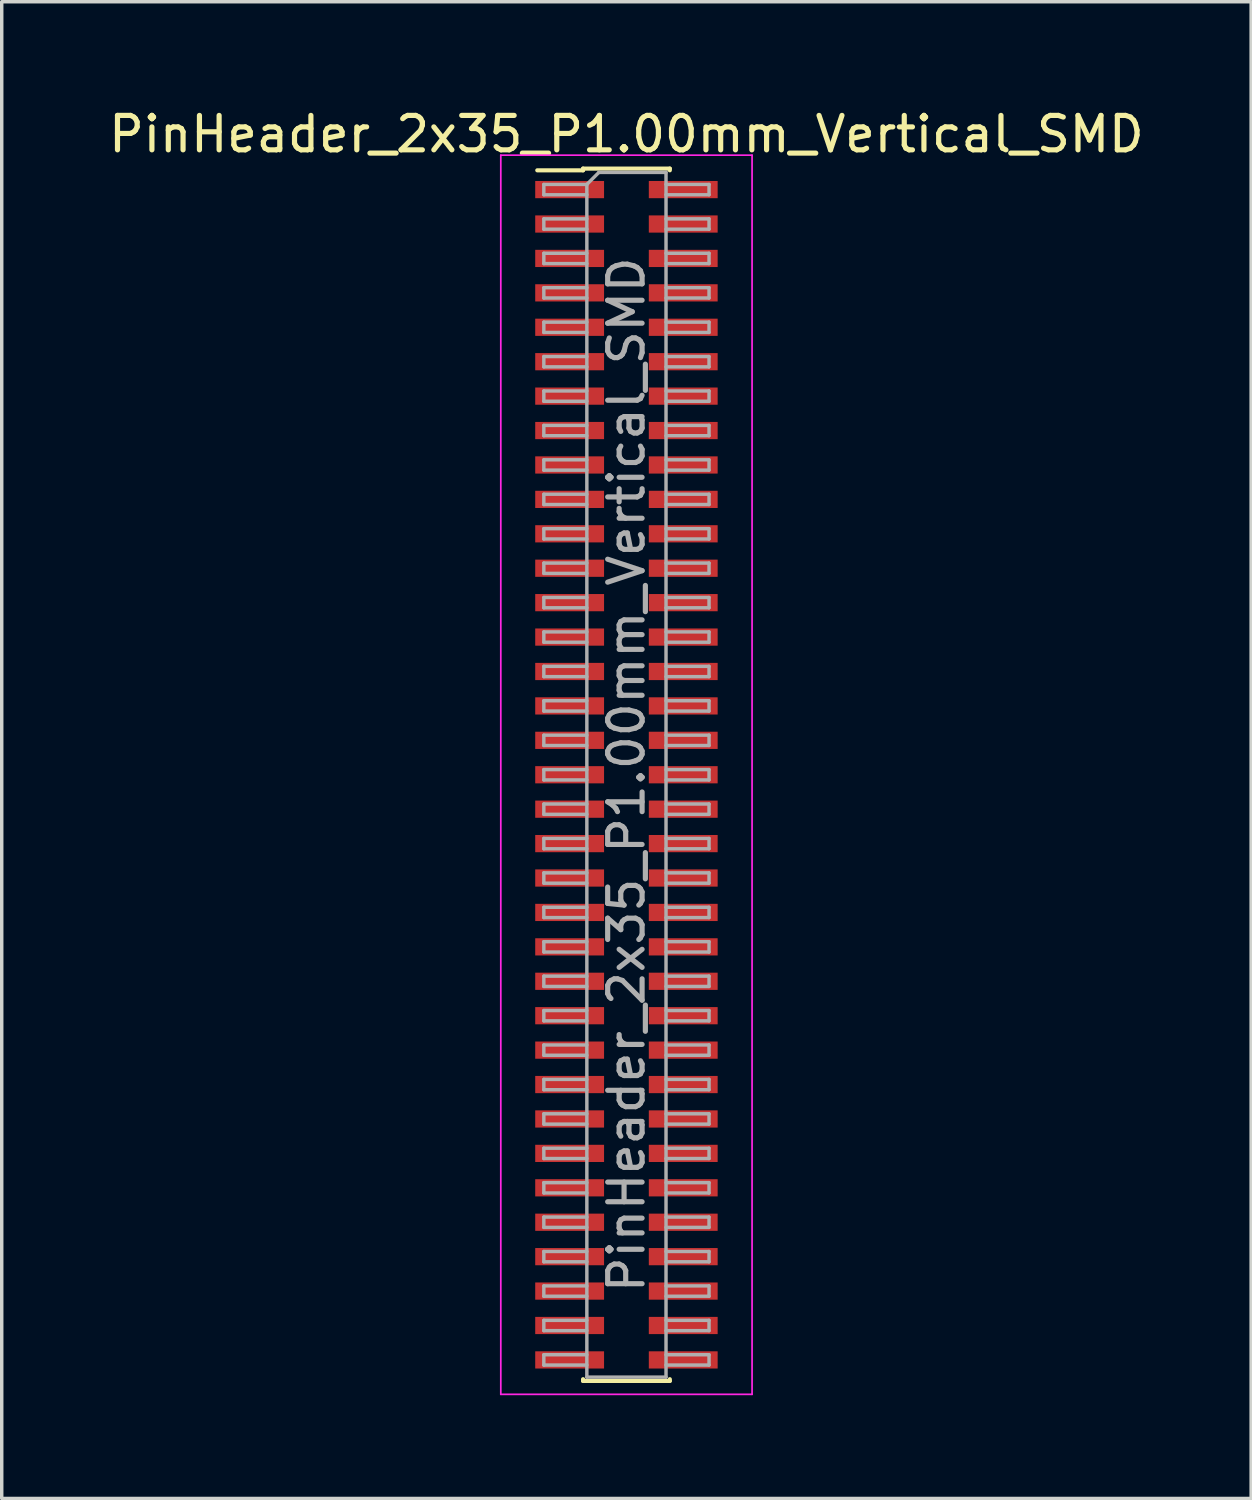
<source format=kicad_pcb>
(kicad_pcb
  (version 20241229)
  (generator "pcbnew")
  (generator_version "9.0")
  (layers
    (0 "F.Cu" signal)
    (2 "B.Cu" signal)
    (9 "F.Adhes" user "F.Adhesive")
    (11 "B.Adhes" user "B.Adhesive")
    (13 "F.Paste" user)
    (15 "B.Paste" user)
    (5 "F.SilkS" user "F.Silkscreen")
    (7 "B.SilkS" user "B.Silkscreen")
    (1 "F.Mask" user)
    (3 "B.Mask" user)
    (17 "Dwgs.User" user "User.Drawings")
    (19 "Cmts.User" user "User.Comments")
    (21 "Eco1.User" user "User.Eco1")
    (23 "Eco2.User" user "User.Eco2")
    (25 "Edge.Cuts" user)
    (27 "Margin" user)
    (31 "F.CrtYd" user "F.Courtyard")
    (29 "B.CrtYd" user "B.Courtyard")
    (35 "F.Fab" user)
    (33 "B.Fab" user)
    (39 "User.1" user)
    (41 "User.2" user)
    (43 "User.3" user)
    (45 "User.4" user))
  (footprint "PinHeader_2x35_P1.00mm_Vertical_SMD"
    (layer "F.Cu")
    (at 15.149 19.458)
    (property "Reference" "PinHeader_2x35_P1.00mm_Vertical_SMD" (at 0 -18.61 0) (layer "F.SilkS") (effects (font (size 1 1) (thickness 0.15))))
    (attr smd)
    (fp_line (start -2.59 -17.56) (end -1.26 -17.56) (stroke (width 0.12) (type solid)) (layer "F.SilkS"))
    (fp_line (start -1.26 -17.61) (end -1.26 -17.56) (stroke (width 0.12) (type solid)) (layer "F.SilkS"))
    (fp_line (start -1.26 -17.61) (end 1.26 -17.61) (stroke (width 0.12) (type solid)) (layer "F.SilkS"))
    (fp_line (start -1.26 17.56) (end -1.26 17.61) (stroke (width 0.12) (type solid)) (layer "F.SilkS"))
    (fp_line (start -1.26 17.61) (end 1.26 17.61) (stroke (width 0.12) (type solid)) (layer "F.SilkS"))
    (fp_line (start 1.26 -17.61) (end 1.26 -17.56) (stroke (width 0.12) (type solid)) (layer "F.SilkS"))
    (fp_line (start 1.26 17.56) (end 1.26 17.61) (stroke (width 0.12) (type solid)) (layer "F.SilkS"))
    (fp_line (start -3.65 -18) (end -3.65 18) (stroke (width 0.05) (type solid)) (layer "F.CrtYd"))
    (fp_line (start -3.65 18) (end 3.65 18) (stroke (width 0.05) (type solid)) (layer "F.CrtYd"))
    (fp_line (start 3.65 -18) (end -3.65 -18) (stroke (width 0.05) (type solid)) (layer "F.CrtYd"))
    (fp_line (start 3.65 18) (end 3.65 -18) (stroke (width 0.05) (type solid)) (layer "F.CrtYd"))
    (fp_line (start -2.4 -17.15) (end -2.4 -16.85) (stroke (width 0.1) (type solid)) (layer "F.Fab"))
    (fp_line (start -2.4 -16.85) (end -1.15 -16.85) (stroke (width 0.1) (type solid)) (layer "F.Fab"))
    (fp_line (start -2.4 -16.15) (end -2.4 -15.85) (stroke (width 0.1) (type solid)) (layer "F.Fab"))
    (fp_line (start -2.4 -15.85) (end -1.15 -15.85) (stroke (width 0.1) (type solid)) (layer "F.Fab"))
    (fp_line (start -2.4 -15.15) (end -2.4 -14.85) (stroke (width 0.1) (type solid)) (layer "F.Fab"))
    (fp_line (start -2.4 -14.85) (end -1.15 -14.85) (stroke (width 0.1) (type solid)) (layer "F.Fab"))
    (fp_line (start -2.4 -14.15) (end -2.4 -13.85) (stroke (width 0.1) (type solid)) (layer "F.Fab"))
    (fp_line (start -2.4 -13.85) (end -1.15 -13.85) (stroke (width 0.1) (type solid)) (layer "F.Fab"))
    (fp_line (start -2.4 -13.15) (end -2.4 -12.85) (stroke (width 0.1) (type solid)) (layer "F.Fab"))
    (fp_line (start -2.4 -12.85) (end -1.15 -12.85) (stroke (width 0.1) (type solid)) (layer "F.Fab"))
    (fp_line (start -2.4 -12.15) (end -2.4 -11.85) (stroke (width 0.1) (type solid)) (layer "F.Fab"))
    (fp_line (start -2.4 -11.85) (end -1.15 -11.85) (stroke (width 0.1) (type solid)) (layer "F.Fab"))
    (fp_line (start -2.4 -11.15) (end -2.4 -10.85) (stroke (width 0.1) (type solid)) (layer "F.Fab"))
    (fp_line (start -2.4 -10.85) (end -1.15 -10.85) (stroke (width 0.1) (type solid)) (layer "F.Fab"))
    (fp_line (start -2.4 -10.15) (end -2.4 -9.85) (stroke (width 0.1) (type solid)) (layer "F.Fab"))
    (fp_line (start -2.4 -9.85) (end -1.15 -9.85) (stroke (width 0.1) (type solid)) (layer "F.Fab"))
    (fp_line (start -2.4 -9.15) (end -2.4 -8.85) (stroke (width 0.1) (type solid)) (layer "F.Fab"))
    (fp_line (start -2.4 -8.85) (end -1.15 -8.85) (stroke (width 0.1) (type solid)) (layer "F.Fab"))
    (fp_line (start -2.4 -8.15) (end -2.4 -7.85) (stroke (width 0.1) (type solid)) (layer "F.Fab"))
    (fp_line (start -2.4 -7.85) (end -1.15 -7.85) (stroke (width 0.1) (type solid)) (layer "F.Fab"))
    (fp_line (start -2.4 -7.15) (end -2.4 -6.85) (stroke (width 0.1) (type solid)) (layer "F.Fab"))
    (fp_line (start -2.4 -6.85) (end -1.15 -6.85) (stroke (width 0.1) (type solid)) (layer "F.Fab"))
    (fp_line (start -2.4 -6.15) (end -2.4 -5.85) (stroke (width 0.1) (type solid)) (layer "F.Fab"))
    (fp_line (start -2.4 -5.85) (end -1.15 -5.85) (stroke (width 0.1) (type solid)) (layer "F.Fab"))
    (fp_line (start -2.4 -5.15) (end -2.4 -4.85) (stroke (width 0.1) (type solid)) (layer "F.Fab"))
    (fp_line (start -2.4 -4.85) (end -1.15 -4.85) (stroke (width 0.1) (type solid)) (layer "F.Fab"))
    (fp_line (start -2.4 -4.15) (end -2.4 -3.85) (stroke (width 0.1) (type solid)) (layer "F.Fab"))
    (fp_line (start -2.4 -3.85) (end -1.15 -3.85) (stroke (width 0.1) (type solid)) (layer "F.Fab"))
    (fp_line (start -2.4 -3.15) (end -2.4 -2.85) (stroke (width 0.1) (type solid)) (layer "F.Fab"))
    (fp_line (start -2.4 -2.85) (end -1.15 -2.85) (stroke (width 0.1) (type solid)) (layer "F.Fab"))
    (fp_line (start -2.4 -2.15) (end -2.4 -1.85) (stroke (width 0.1) (type solid)) (layer "F.Fab"))
    (fp_line (start -2.4 -1.85) (end -1.15 -1.85) (stroke (width 0.1) (type solid)) (layer "F.Fab"))
    (fp_line (start -2.4 -1.15) (end -2.4 -0.85) (stroke (width 0.1) (type solid)) (layer "F.Fab"))
    (fp_line (start -2.4 -0.85) (end -1.15 -0.85) (stroke (width 0.1) (type solid)) (layer "F.Fab"))
    (fp_line (start -2.4 -0.15) (end -2.4 0.15) (stroke (width 0.1) (type solid)) (layer "F.Fab"))
    (fp_line (start -2.4 0.15) (end -1.15 0.15) (stroke (width 0.1) (type solid)) (layer "F.Fab"))
    (fp_line (start -2.4 0.85) (end -2.4 1.15) (stroke (width 0.1) (type solid)) (layer "F.Fab"))
    (fp_line (start -2.4 1.15) (end -1.15 1.15) (stroke (width 0.1) (type solid)) (layer "F.Fab"))
    (fp_line (start -2.4 1.85) (end -2.4 2.15) (stroke (width 0.1) (type solid)) (layer "F.Fab"))
    (fp_line (start -2.4 2.15) (end -1.15 2.15) (stroke (width 0.1) (type solid)) (layer "F.Fab"))
    (fp_line (start -2.4 2.85) (end -2.4 3.15) (stroke (width 0.1) (type solid)) (layer "F.Fab"))
    (fp_line (start -2.4 3.15) (end -1.15 3.15) (stroke (width 0.1) (type solid)) (layer "F.Fab"))
    (fp_line (start -2.4 3.85) (end -2.4 4.15) (stroke (width 0.1) (type solid)) (layer "F.Fab"))
    (fp_line (start -2.4 4.15) (end -1.15 4.15) (stroke (width 0.1) (type solid)) (layer "F.Fab"))
    (fp_line (start -2.4 4.85) (end -2.4 5.15) (stroke (width 0.1) (type solid)) (layer "F.Fab"))
    (fp_line (start -2.4 5.15) (end -1.15 5.15) (stroke (width 0.1) (type solid)) (layer "F.Fab"))
    (fp_line (start -2.4 5.85) (end -2.4 6.15) (stroke (width 0.1) (type solid)) (layer "F.Fab"))
    (fp_line (start -2.4 6.15) (end -1.15 6.15) (stroke (width 0.1) (type solid)) (layer "F.Fab"))
    (fp_line (start -2.4 6.85) (end -2.4 7.15) (stroke (width 0.1) (type solid)) (layer "F.Fab"))
    (fp_line (start -2.4 7.15) (end -1.15 7.15) (stroke (width 0.1) (type solid)) (layer "F.Fab"))
    (fp_line (start -2.4 7.85) (end -2.4 8.15) (stroke (width 0.1) (type solid)) (layer "F.Fab"))
    (fp_line (start -2.4 8.15) (end -1.15 8.15) (stroke (width 0.1) (type solid)) (layer "F.Fab"))
    (fp_line (start -2.4 8.85) (end -2.4 9.15) (stroke (width 0.1) (type solid)) (layer "F.Fab"))
    (fp_line (start -2.4 9.15) (end -1.15 9.15) (stroke (width 0.1) (type solid)) (layer "F.Fab"))
    (fp_line (start -2.4 9.85) (end -2.4 10.15) (stroke (width 0.1) (type solid)) (layer "F.Fab"))
    (fp_line (start -2.4 10.15) (end -1.15 10.15) (stroke (width 0.1) (type solid)) (layer "F.Fab"))
    (fp_line (start -2.4 10.85) (end -2.4 11.15) (stroke (width 0.1) (type solid)) (layer "F.Fab"))
    (fp_line (start -2.4 11.15) (end -1.15 11.15) (stroke (width 0.1) (type solid)) (layer "F.Fab"))
    (fp_line (start -2.4 11.85) (end -2.4 12.15) (stroke (width 0.1) (type solid)) (layer "F.Fab"))
    (fp_line (start -2.4 12.15) (end -1.15 12.15) (stroke (width 0.1) (type solid)) (layer "F.Fab"))
    (fp_line (start -2.4 12.85) (end -2.4 13.15) (stroke (width 0.1) (type solid)) (layer "F.Fab"))
    (fp_line (start -2.4 13.15) (end -1.15 13.15) (stroke (width 0.1) (type solid)) (layer "F.Fab"))
    (fp_line (start -2.4 13.85) (end -2.4 14.15) (stroke (width 0.1) (type solid)) (layer "F.Fab"))
    (fp_line (start -2.4 14.15) (end -1.15 14.15) (stroke (width 0.1) (type solid)) (layer "F.Fab"))
    (fp_line (start -2.4 14.85) (end -2.4 15.15) (stroke (width 0.1) (type solid)) (layer "F.Fab"))
    (fp_line (start -2.4 15.15) (end -1.15 15.15) (stroke (width 0.1) (type solid)) (layer "F.Fab"))
    (fp_line (start -2.4 15.85) (end -2.4 16.15) (stroke (width 0.1) (type solid)) (layer "F.Fab"))
    (fp_line (start -2.4 16.15) (end -1.15 16.15) (stroke (width 0.1) (type solid)) (layer "F.Fab"))
    (fp_line (start -2.4 16.85) (end -2.4 17.15) (stroke (width 0.1) (type solid)) (layer "F.Fab"))
    (fp_line (start -2.4 17.15) (end -1.15 17.15) (stroke (width 0.1) (type solid)) (layer "F.Fab"))
    (fp_line (start -1.15 -17.15) (end -2.4 -17.15) (stroke (width 0.1) (type solid)) (layer "F.Fab"))
    (fp_line (start -1.15 -17.15) (end -0.8 -17.5) (stroke (width 0.1) (type solid)) (layer "F.Fab"))
    (fp_line (start -1.15 -16.15) (end -2.4 -16.15) (stroke (width 0.1) (type solid)) (layer "F.Fab"))
    (fp_line (start -1.15 -15.15) (end -2.4 -15.15) (stroke (width 0.1) (type solid)) (layer "F.Fab"))
    (fp_line (start -1.15 -14.15) (end -2.4 -14.15) (stroke (width 0.1) (type solid)) (layer "F.Fab"))
    (fp_line (start -1.15 -13.15) (end -2.4 -13.15) (stroke (width 0.1) (type solid)) (layer "F.Fab"))
    (fp_line (start -1.15 -12.15) (end -2.4 -12.15) (stroke (width 0.1) (type solid)) (layer "F.Fab"))
    (fp_line (start -1.15 -11.15) (end -2.4 -11.15) (stroke (width 0.1) (type solid)) (layer "F.Fab"))
    (fp_line (start -1.15 -10.15) (end -2.4 -10.15) (stroke (width 0.1) (type solid)) (layer "F.Fab"))
    (fp_line (start -1.15 -9.15) (end -2.4 -9.15) (stroke (width 0.1) (type solid)) (layer "F.Fab"))
    (fp_line (start -1.15 -8.15) (end -2.4 -8.15) (stroke (width 0.1) (type solid)) (layer "F.Fab"))
    (fp_line (start -1.15 -7.15) (end -2.4 -7.15) (stroke (width 0.1) (type solid)) (layer "F.Fab"))
    (fp_line (start -1.15 -6.15) (end -2.4 -6.15) (stroke (width 0.1) (type solid)) (layer "F.Fab"))
    (fp_line (start -1.15 -5.15) (end -2.4 -5.15) (stroke (width 0.1) (type solid)) (layer "F.Fab"))
    (fp_line (start -1.15 -4.15) (end -2.4 -4.15) (stroke (width 0.1) (type solid)) (layer "F.Fab"))
    (fp_line (start -1.15 -3.15) (end -2.4 -3.15) (stroke (width 0.1) (type solid)) (layer "F.Fab"))
    (fp_line (start -1.15 -2.15) (end -2.4 -2.15) (stroke (width 0.1) (type solid)) (layer "F.Fab"))
    (fp_line (start -1.15 -1.15) (end -2.4 -1.15) (stroke (width 0.1) (type solid)) (layer "F.Fab"))
    (fp_line (start -1.15 -0.15) (end -2.4 -0.15) (stroke (width 0.1) (type solid)) (layer "F.Fab"))
    (fp_line (start -1.15 0.85) (end -2.4 0.85) (stroke (width 0.1) (type solid)) (layer "F.Fab"))
    (fp_line (start -1.15 1.85) (end -2.4 1.85) (stroke (width 0.1) (type solid)) (layer "F.Fab"))
    (fp_line (start -1.15 2.85) (end -2.4 2.85) (stroke (width 0.1) (type solid)) (layer "F.Fab"))
    (fp_line (start -1.15 3.85) (end -2.4 3.85) (stroke (width 0.1) (type solid)) (layer "F.Fab"))
    (fp_line (start -1.15 4.85) (end -2.4 4.85) (stroke (width 0.1) (type solid)) (layer "F.Fab"))
    (fp_line (start -1.15 5.85) (end -2.4 5.85) (stroke (width 0.1) (type solid)) (layer "F.Fab"))
    (fp_line (start -1.15 6.85) (end -2.4 6.85) (stroke (width 0.1) (type solid)) (layer "F.Fab"))
    (fp_line (start -1.15 7.85) (end -2.4 7.85) (stroke (width 0.1) (type solid)) (layer "F.Fab"))
    (fp_line (start -1.15 8.85) (end -2.4 8.85) (stroke (width 0.1) (type solid)) (layer "F.Fab"))
    (fp_line (start -1.15 9.85) (end -2.4 9.85) (stroke (width 0.1) (type solid)) (layer "F.Fab"))
    (fp_line (start -1.15 10.85) (end -2.4 10.85) (stroke (width 0.1) (type solid)) (layer "F.Fab"))
    (fp_line (start -1.15 11.85) (end -2.4 11.85) (stroke (width 0.1) (type solid)) (layer "F.Fab"))
    (fp_line (start -1.15 12.85) (end -2.4 12.85) (stroke (width 0.1) (type solid)) (layer "F.Fab"))
    (fp_line (start -1.15 13.85) (end -2.4 13.85) (stroke (width 0.1) (type solid)) (layer "F.Fab"))
    (fp_line (start -1.15 14.85) (end -2.4 14.85) (stroke (width 0.1) (type solid)) (layer "F.Fab"))
    (fp_line (start -1.15 15.85) (end -2.4 15.85) (stroke (width 0.1) (type solid)) (layer "F.Fab"))
    (fp_line (start -1.15 16.85) (end -2.4 16.85) (stroke (width 0.1) (type solid)) (layer "F.Fab"))
    (fp_line (start -1.15 17.5) (end -1.15 -17.15) (stroke (width 0.1) (type solid)) (layer "F.Fab"))
    (fp_line (start -0.8 -17.5) (end 1.15 -17.5) (stroke (width 0.1) (type solid)) (layer "F.Fab"))
    (fp_line (start 1.15 -17.5) (end 1.15 17.5) (stroke (width 0.1) (type solid)) (layer "F.Fab"))
    (fp_line (start 1.15 -17.15) (end 2.4 -17.15) (stroke (width 0.1) (type solid)) (layer "F.Fab"))
    (fp_line (start 1.15 -16.15) (end 2.4 -16.15) (stroke (width 0.1) (type solid)) (layer "F.Fab"))
    (fp_line (start 1.15 -15.15) (end 2.4 -15.15) (stroke (width 0.1) (type solid)) (layer "F.Fab"))
    (fp_line (start 1.15 -14.15) (end 2.4 -14.15) (stroke (width 0.1) (type solid)) (layer "F.Fab"))
    (fp_line (start 1.15 -13.15) (end 2.4 -13.15) (stroke (width 0.1) (type solid)) (layer "F.Fab"))
    (fp_line (start 1.15 -12.15) (end 2.4 -12.15) (stroke (width 0.1) (type solid)) (layer "F.Fab"))
    (fp_line (start 1.15 -11.15) (end 2.4 -11.15) (stroke (width 0.1) (type solid)) (layer "F.Fab"))
    (fp_line (start 1.15 -10.15) (end 2.4 -10.15) (stroke (width 0.1) (type solid)) (layer "F.Fab"))
    (fp_line (start 1.15 -9.15) (end 2.4 -9.15) (stroke (width 0.1) (type solid)) (layer "F.Fab"))
    (fp_line (start 1.15 -8.15) (end 2.4 -8.15) (stroke (width 0.1) (type solid)) (layer "F.Fab"))
    (fp_line (start 1.15 -7.15) (end 2.4 -7.15) (stroke (width 0.1) (type solid)) (layer "F.Fab"))
    (fp_line (start 1.15 -6.15) (end 2.4 -6.15) (stroke (width 0.1) (type solid)) (layer "F.Fab"))
    (fp_line (start 1.15 -5.15) (end 2.4 -5.15) (stroke (width 0.1) (type solid)) (layer "F.Fab"))
    (fp_line (start 1.15 -4.15) (end 2.4 -4.15) (stroke (width 0.1) (type solid)) (layer "F.Fab"))
    (fp_line (start 1.15 -3.15) (end 2.4 -3.15) (stroke (width 0.1) (type solid)) (layer "F.Fab"))
    (fp_line (start 1.15 -2.15) (end 2.4 -2.15) (stroke (width 0.1) (type solid)) (layer "F.Fab"))
    (fp_line (start 1.15 -1.15) (end 2.4 -1.15) (stroke (width 0.1) (type solid)) (layer "F.Fab"))
    (fp_line (start 1.15 -0.15) (end 2.4 -0.15) (stroke (width 0.1) (type solid)) (layer "F.Fab"))
    (fp_line (start 1.15 0.85) (end 2.4 0.85) (stroke (width 0.1) (type solid)) (layer "F.Fab"))
    (fp_line (start 1.15 1.85) (end 2.4 1.85) (stroke (width 0.1) (type solid)) (layer "F.Fab"))
    (fp_line (start 1.15 2.85) (end 2.4 2.85) (stroke (width 0.1) (type solid)) (layer "F.Fab"))
    (fp_line (start 1.15 3.85) (end 2.4 3.85) (stroke (width 0.1) (type solid)) (layer "F.Fab"))
    (fp_line (start 1.15 4.85) (end 2.4 4.85) (stroke (width 0.1) (type solid)) (layer "F.Fab"))
    (fp_line (start 1.15 5.85) (end 2.4 5.85) (stroke (width 0.1) (type solid)) (layer "F.Fab"))
    (fp_line (start 1.15 6.85) (end 2.4 6.85) (stroke (width 0.1) (type solid)) (layer "F.Fab"))
    (fp_line (start 1.15 7.85) (end 2.4 7.85) (stroke (width 0.1) (type solid)) (layer "F.Fab"))
    (fp_line (start 1.15 8.85) (end 2.4 8.85) (stroke (width 0.1) (type solid)) (layer "F.Fab"))
    (fp_line (start 1.15 9.85) (end 2.4 9.85) (stroke (width 0.1) (type solid)) (layer "F.Fab"))
    (fp_line (start 1.15 10.85) (end 2.4 10.85) (stroke (width 0.1) (type solid)) (layer "F.Fab"))
    (fp_line (start 1.15 11.85) (end 2.4 11.85) (stroke (width 0.1) (type solid)) (layer "F.Fab"))
    (fp_line (start 1.15 12.85) (end 2.4 12.85) (stroke (width 0.1) (type solid)) (layer "F.Fab"))
    (fp_line (start 1.15 13.85) (end 2.4 13.85) (stroke (width 0.1) (type solid)) (layer "F.Fab"))
    (fp_line (start 1.15 14.85) (end 2.4 14.85) (stroke (width 0.1) (type solid)) (layer "F.Fab"))
    (fp_line (start 1.15 15.85) (end 2.4 15.85) (stroke (width 0.1) (type solid)) (layer "F.Fab"))
    (fp_line (start 1.15 16.85) (end 2.4 16.85) (stroke (width 0.1) (type solid)) (layer "F.Fab"))
    (fp_line (start 1.15 17.5) (end -1.15 17.5) (stroke (width 0.1) (type solid)) (layer "F.Fab"))
    (fp_line (start 2.4 -17.15) (end 2.4 -16.85) (stroke (width 0.1) (type solid)) (layer "F.Fab"))
    (fp_line (start 2.4 -16.85) (end 1.15 -16.85) (stroke (width 0.1) (type solid)) (layer "F.Fab"))
    (fp_line (start 2.4 -16.15) (end 2.4 -15.85) (stroke (width 0.1) (type solid)) (layer "F.Fab"))
    (fp_line (start 2.4 -15.85) (end 1.15 -15.85) (stroke (width 0.1) (type solid)) (layer "F.Fab"))
    (fp_line (start 2.4 -15.15) (end 2.4 -14.85) (stroke (width 0.1) (type solid)) (layer "F.Fab"))
    (fp_line (start 2.4 -14.85) (end 1.15 -14.85) (stroke (width 0.1) (type solid)) (layer "F.Fab"))
    (fp_line (start 2.4 -14.15) (end 2.4 -13.85) (stroke (width 0.1) (type solid)) (layer "F.Fab"))
    (fp_line (start 2.4 -13.85) (end 1.15 -13.85) (stroke (width 0.1) (type solid)) (layer "F.Fab"))
    (fp_line (start 2.4 -13.15) (end 2.4 -12.85) (stroke (width 0.1) (type solid)) (layer "F.Fab"))
    (fp_line (start 2.4 -12.85) (end 1.15 -12.85) (stroke (width 0.1) (type solid)) (layer "F.Fab"))
    (fp_line (start 2.4 -12.15) (end 2.4 -11.85) (stroke (width 0.1) (type solid)) (layer "F.Fab"))
    (fp_line (start 2.4 -11.85) (end 1.15 -11.85) (stroke (width 0.1) (type solid)) (layer "F.Fab"))
    (fp_line (start 2.4 -11.15) (end 2.4 -10.85) (stroke (width 0.1) (type solid)) (layer "F.Fab"))
    (fp_line (start 2.4 -10.85) (end 1.15 -10.85) (stroke (width 0.1) (type solid)) (layer "F.Fab"))
    (fp_line (start 2.4 -10.15) (end 2.4 -9.85) (stroke (width 0.1) (type solid)) (layer "F.Fab"))
    (fp_line (start 2.4 -9.85) (end 1.15 -9.85) (stroke (width 0.1) (type solid)) (layer "F.Fab"))
    (fp_line (start 2.4 -9.15) (end 2.4 -8.85) (stroke (width 0.1) (type solid)) (layer "F.Fab"))
    (fp_line (start 2.4 -8.85) (end 1.15 -8.85) (stroke (width 0.1) (type solid)) (layer "F.Fab"))
    (fp_line (start 2.4 -8.15) (end 2.4 -7.85) (stroke (width 0.1) (type solid)) (layer "F.Fab"))
    (fp_line (start 2.4 -7.85) (end 1.15 -7.85) (stroke (width 0.1) (type solid)) (layer "F.Fab"))
    (fp_line (start 2.4 -7.15) (end 2.4 -6.85) (stroke (width 0.1) (type solid)) (layer "F.Fab"))
    (fp_line (start 2.4 -6.85) (end 1.15 -6.85) (stroke (width 0.1) (type solid)) (layer "F.Fab"))
    (fp_line (start 2.4 -6.15) (end 2.4 -5.85) (stroke (width 0.1) (type solid)) (layer "F.Fab"))
    (fp_line (start 2.4 -5.85) (end 1.15 -5.85) (stroke (width 0.1) (type solid)) (layer "F.Fab"))
    (fp_line (start 2.4 -5.15) (end 2.4 -4.85) (stroke (width 0.1) (type solid)) (layer "F.Fab"))
    (fp_line (start 2.4 -4.85) (end 1.15 -4.85) (stroke (width 0.1) (type solid)) (layer "F.Fab"))
    (fp_line (start 2.4 -4.15) (end 2.4 -3.85) (stroke (width 0.1) (type solid)) (layer "F.Fab"))
    (fp_line (start 2.4 -3.85) (end 1.15 -3.85) (stroke (width 0.1) (type solid)) (layer "F.Fab"))
    (fp_line (start 2.4 -3.15) (end 2.4 -2.85) (stroke (width 0.1) (type solid)) (layer "F.Fab"))
    (fp_line (start 2.4 -2.85) (end 1.15 -2.85) (stroke (width 0.1) (type solid)) (layer "F.Fab"))
    (fp_line (start 2.4 -2.15) (end 2.4 -1.85) (stroke (width 0.1) (type solid)) (layer "F.Fab"))
    (fp_line (start 2.4 -1.85) (end 1.15 -1.85) (stroke (width 0.1) (type solid)) (layer "F.Fab"))
    (fp_line (start 2.4 -1.15) (end 2.4 -0.85) (stroke (width 0.1) (type solid)) (layer "F.Fab"))
    (fp_line (start 2.4 -0.85) (end 1.15 -0.85) (stroke (width 0.1) (type solid)) (layer "F.Fab"))
    (fp_line (start 2.4 -0.15) (end 2.4 0.15) (stroke (width 0.1) (type solid)) (layer "F.Fab"))
    (fp_line (start 2.4 0.15) (end 1.15 0.15) (stroke (width 0.1) (type solid)) (layer "F.Fab"))
    (fp_line (start 2.4 0.85) (end 2.4 1.15) (stroke (width 0.1) (type solid)) (layer "F.Fab"))
    (fp_line (start 2.4 1.15) (end 1.15 1.15) (stroke (width 0.1) (type solid)) (layer "F.Fab"))
    (fp_line (start 2.4 1.85) (end 2.4 2.15) (stroke (width 0.1) (type solid)) (layer "F.Fab"))
    (fp_line (start 2.4 2.15) (end 1.15 2.15) (stroke (width 0.1) (type solid)) (layer "F.Fab"))
    (fp_line (start 2.4 2.85) (end 2.4 3.15) (stroke (width 0.1) (type solid)) (layer "F.Fab"))
    (fp_line (start 2.4 3.15) (end 1.15 3.15) (stroke (width 0.1) (type solid)) (layer "F.Fab"))
    (fp_line (start 2.4 3.85) (end 2.4 4.15) (stroke (width 0.1) (type solid)) (layer "F.Fab"))
    (fp_line (start 2.4 4.15) (end 1.15 4.15) (stroke (width 0.1) (type solid)) (layer "F.Fab"))
    (fp_line (start 2.4 4.85) (end 2.4 5.15) (stroke (width 0.1) (type solid)) (layer "F.Fab"))
    (fp_line (start 2.4 5.15) (end 1.15 5.15) (stroke (width 0.1) (type solid)) (layer "F.Fab"))
    (fp_line (start 2.4 5.85) (end 2.4 6.15) (stroke (width 0.1) (type solid)) (layer "F.Fab"))
    (fp_line (start 2.4 6.15) (end 1.15 6.15) (stroke (width 0.1) (type solid)) (layer "F.Fab"))
    (fp_line (start 2.4 6.85) (end 2.4 7.15) (stroke (width 0.1) (type solid)) (layer "F.Fab"))
    (fp_line (start 2.4 7.15) (end 1.15 7.15) (stroke (width 0.1) (type solid)) (layer "F.Fab"))
    (fp_line (start 2.4 7.85) (end 2.4 8.15) (stroke (width 0.1) (type solid)) (layer "F.Fab"))
    (fp_line (start 2.4 8.15) (end 1.15 8.15) (stroke (width 0.1) (type solid)) (layer "F.Fab"))
    (fp_line (start 2.4 8.85) (end 2.4 9.15) (stroke (width 0.1) (type solid)) (layer "F.Fab"))
    (fp_line (start 2.4 9.15) (end 1.15 9.15) (stroke (width 0.1) (type solid)) (layer "F.Fab"))
    (fp_line (start 2.4 9.85) (end 2.4 10.15) (stroke (width 0.1) (type solid)) (layer "F.Fab"))
    (fp_line (start 2.4 10.15) (end 1.15 10.15) (stroke (width 0.1) (type solid)) (layer "F.Fab"))
    (fp_line (start 2.4 10.85) (end 2.4 11.15) (stroke (width 0.1) (type solid)) (layer "F.Fab"))
    (fp_line (start 2.4 11.15) (end 1.15 11.15) (stroke (width 0.1) (type solid)) (layer "F.Fab"))
    (fp_line (start 2.4 11.85) (end 2.4 12.15) (stroke (width 0.1) (type solid)) (layer "F.Fab"))
    (fp_line (start 2.4 12.15) (end 1.15 12.15) (stroke (width 0.1) (type solid)) (layer "F.Fab"))
    (fp_line (start 2.4 12.85) (end 2.4 13.15) (stroke (width 0.1) (type solid)) (layer "F.Fab"))
    (fp_line (start 2.4 13.15) (end 1.15 13.15) (stroke (width 0.1) (type solid)) (layer "F.Fab"))
    (fp_line (start 2.4 13.85) (end 2.4 14.15) (stroke (width 0.1) (type solid)) (layer "F.Fab"))
    (fp_line (start 2.4 14.15) (end 1.15 14.15) (stroke (width 0.1) (type solid)) (layer "F.Fab"))
    (fp_line (start 2.4 14.85) (end 2.4 15.15) (stroke (width 0.1) (type solid)) (layer "F.Fab"))
    (fp_line (start 2.4 15.15) (end 1.15 15.15) (stroke (width 0.1) (type solid)) (layer "F.Fab"))
    (fp_line (start 2.4 15.85) (end 2.4 16.15) (stroke (width 0.1) (type solid)) (layer "F.Fab"))
    (fp_line (start 2.4 16.15) (end 1.15 16.15) (stroke (width 0.1) (type solid)) (layer "F.Fab"))
    (fp_line (start 2.4 16.85) (end 2.4 17.15) (stroke (width 0.1) (type solid)) (layer "F.Fab"))
    (fp_line (start 2.4 17.15) (end 1.15 17.15) (stroke (width 0.1) (type solid)) (layer "F.Fab"))
    (fp_text user "${REFERENCE}" (at 0 0 90) (layer "F.Fab") (effects (font (size 1 1) (thickness 0.15))))
    (pad "1" smd rect (at -1.65 -17) (size 2 0.5) (layers "F.Cu" "F.Mask" "F.Paste"))
    (pad "2" smd rect (at 1.65 -17) (size 2 0.5) (layers "F.Cu" "F.Mask" "F.Paste"))
    (pad "3" smd rect (at -1.65 -16) (size 2 0.5) (layers "F.Cu" "F.Mask" "F.Paste"))
    (pad "4" smd rect (at 1.65 -16) (size 2 0.5) (layers "F.Cu" "F.Mask" "F.Paste"))
    (pad "5" smd rect (at -1.65 -15) (size 2 0.5) (layers "F.Cu" "F.Mask" "F.Paste"))
    (pad "6" smd rect (at 1.65 -15) (size 2 0.5) (layers "F.Cu" "F.Mask" "F.Paste"))
    (pad "7" smd rect (at -1.65 -14) (size 2 0.5) (layers "F.Cu" "F.Mask" "F.Paste"))
    (pad "8" smd rect (at 1.65 -14) (size 2 0.5) (layers "F.Cu" "F.Mask" "F.Paste"))
    (pad "9" smd rect (at -1.65 -13) (size 2 0.5) (layers "F.Cu" "F.Mask" "F.Paste"))
    (pad "10" smd rect (at 1.65 -13) (size 2 0.5) (layers "F.Cu" "F.Mask" "F.Paste"))
    (pad "11" smd rect (at -1.65 -12) (size 2 0.5) (layers "F.Cu" "F.Mask" "F.Paste"))
    (pad "12" smd rect (at 1.65 -12) (size 2 0.5) (layers "F.Cu" "F.Mask" "F.Paste"))
    (pad "13" smd rect (at -1.65 -11) (size 2 0.5) (layers "F.Cu" "F.Mask" "F.Paste"))
    (pad "14" smd rect (at 1.65 -11) (size 2 0.5) (layers "F.Cu" "F.Mask" "F.Paste"))
    (pad "15" smd rect (at -1.65 -10) (size 2 0.5) (layers "F.Cu" "F.Mask" "F.Paste"))
    (pad "16" smd rect (at 1.65 -10) (size 2 0.5) (layers "F.Cu" "F.Mask" "F.Paste"))
    (pad "17" smd rect (at -1.65 -9) (size 2 0.5) (layers "F.Cu" "F.Mask" "F.Paste"))
    (pad "18" smd rect (at 1.65 -9) (size 2 0.5) (layers "F.Cu" "F.Mask" "F.Paste"))
    (pad "19" smd rect (at -1.65 -8) (size 2 0.5) (layers "F.Cu" "F.Mask" "F.Paste"))
    (pad "20" smd rect (at 1.65 -8) (size 2 0.5) (layers "F.Cu" "F.Mask" "F.Paste"))
    (pad "21" smd rect (at -1.65 -7) (size 2 0.5) (layers "F.Cu" "F.Mask" "F.Paste"))
    (pad "22" smd rect (at 1.65 -7) (size 2 0.5) (layers "F.Cu" "F.Mask" "F.Paste"))
    (pad "23" smd rect (at -1.65 -6) (size 2 0.5) (layers "F.Cu" "F.Mask" "F.Paste"))
    (pad "24" smd rect (at 1.65 -6) (size 2 0.5) (layers "F.Cu" "F.Mask" "F.Paste"))
    (pad "25" smd rect (at -1.65 -5) (size 2 0.5) (layers "F.Cu" "F.Mask" "F.Paste"))
    (pad "26" smd rect (at 1.65 -5) (size 2 0.5) (layers "F.Cu" "F.Mask" "F.Paste"))
    (pad "27" smd rect (at -1.65 -4) (size 2 0.5) (layers "F.Cu" "F.Mask" "F.Paste"))
    (pad "28" smd rect (at 1.65 -4) (size 2 0.5) (layers "F.Cu" "F.Mask" "F.Paste"))
    (pad "29" smd rect (at -1.65 -3) (size 2 0.5) (layers "F.Cu" "F.Mask" "F.Paste"))
    (pad "30" smd rect (at 1.65 -3) (size 2 0.5) (layers "F.Cu" "F.Mask" "F.Paste"))
    (pad "31" smd rect (at -1.65 -2) (size 2 0.5) (layers "F.Cu" "F.Mask" "F.Paste"))
    (pad "32" smd rect (at 1.65 -2) (size 2 0.5) (layers "F.Cu" "F.Mask" "F.Paste"))
    (pad "33" smd rect (at -1.65 -1) (size 2 0.5) (layers "F.Cu" "F.Mask" "F.Paste"))
    (pad "34" smd rect (at 1.65 -1) (size 2 0.5) (layers "F.Cu" "F.Mask" "F.Paste"))
    (pad "35" smd rect (at -1.65 0) (size 2 0.5) (layers "F.Cu" "F.Mask" "F.Paste"))
    (pad "36" smd rect (at 1.65 0) (size 2 0.5) (layers "F.Cu" "F.Mask" "F.Paste"))
    (pad "37" smd rect (at -1.65 1) (size 2 0.5) (layers "F.Cu" "F.Mask" "F.Paste"))
    (pad "38" smd rect (at 1.65 1) (size 2 0.5) (layers "F.Cu" "F.Mask" "F.Paste"))
    (pad "39" smd rect (at -1.65 2) (size 2 0.5) (layers "F.Cu" "F.Mask" "F.Paste"))
    (pad "40" smd rect (at 1.65 2) (size 2 0.5) (layers "F.Cu" "F.Mask" "F.Paste"))
    (pad "41" smd rect (at -1.65 3) (size 2 0.5) (layers "F.Cu" "F.Mask" "F.Paste"))
    (pad "42" smd rect (at 1.65 3) (size 2 0.5) (layers "F.Cu" "F.Mask" "F.Paste"))
    (pad "43" smd rect (at -1.65 4) (size 2 0.5) (layers "F.Cu" "F.Mask" "F.Paste"))
    (pad "44" smd rect (at 1.65 4) (size 2 0.5) (layers "F.Cu" "F.Mask" "F.Paste"))
    (pad "45" smd rect (at -1.65 5) (size 2 0.5) (layers "F.Cu" "F.Mask" "F.Paste"))
    (pad "46" smd rect (at 1.65 5) (size 2 0.5) (layers "F.Cu" "F.Mask" "F.Paste"))
    (pad "47" smd rect (at -1.65 6) (size 2 0.5) (layers "F.Cu" "F.Mask" "F.Paste"))
    (pad "48" smd rect (at 1.65 6) (size 2 0.5) (layers "F.Cu" "F.Mask" "F.Paste"))
    (pad "49" smd rect (at -1.65 7) (size 2 0.5) (layers "F.Cu" "F.Mask" "F.Paste"))
    (pad "50" smd rect (at 1.65 7) (size 2 0.5) (layers "F.Cu" "F.Mask" "F.Paste"))
    (pad "51" smd rect (at -1.65 8) (size 2 0.5) (layers "F.Cu" "F.Mask" "F.Paste"))
    (pad "52" smd rect (at 1.65 8) (size 2 0.5) (layers "F.Cu" "F.Mask" "F.Paste"))
    (pad "53" smd rect (at -1.65 9) (size 2 0.5) (layers "F.Cu" "F.Mask" "F.Paste"))
    (pad "54" smd rect (at 1.65 9) (size 2 0.5) (layers "F.Cu" "F.Mask" "F.Paste"))
    (pad "55" smd rect (at -1.65 10) (size 2 0.5) (layers "F.Cu" "F.Mask" "F.Paste"))
    (pad "56" smd rect (at 1.65 10) (size 2 0.5) (layers "F.Cu" "F.Mask" "F.Paste"))
    (pad "57" smd rect (at -1.65 11) (size 2 0.5) (layers "F.Cu" "F.Mask" "F.Paste"))
    (pad "58" smd rect (at 1.65 11) (size 2 0.5) (layers "F.Cu" "F.Mask" "F.Paste"))
    (pad "59" smd rect (at -1.65 12) (size 2 0.5) (layers "F.Cu" "F.Mask" "F.Paste"))
    (pad "60" smd rect (at 1.65 12) (size 2 0.5) (layers "F.Cu" "F.Mask" "F.Paste"))
    (pad "61" smd rect (at -1.65 13) (size 2 0.5) (layers "F.Cu" "F.Mask" "F.Paste"))
    (pad "62" smd rect (at 1.65 13) (size 2 0.5) (layers "F.Cu" "F.Mask" "F.Paste"))
    (pad "63" smd rect (at -1.65 14) (size 2 0.5) (layers "F.Cu" "F.Mask" "F.Paste"))
    (pad "64" smd rect (at 1.65 14) (size 2 0.5) (layers "F.Cu" "F.Mask" "F.Paste"))
    (pad "65" smd rect (at -1.65 15) (size 2 0.5) (layers "F.Cu" "F.Mask" "F.Paste"))
    (pad "66" smd rect (at 1.65 15) (size 2 0.5) (layers "F.Cu" "F.Mask" "F.Paste"))
    (pad "67" smd rect (at -1.65 16) (size 2 0.5) (layers "F.Cu" "F.Mask" "F.Paste"))
    (pad "68" smd rect (at 1.65 16) (size 2 0.5) (layers "F.Cu" "F.Mask" "F.Paste"))
    (pad "69" smd rect (at -1.65 17) (size 2 0.5) (layers "F.Cu" "F.Mask" "F.Paste"))
    (pad "70" smd rect (at 1.65 17) (size 2 0.5) (layers "F.Cu" "F.Mask" "F.Paste")))
  (gr_rect
    (start -3 -3)
    (end 33.298 40.483)
    (stroke (width 0.1) (type default))
    (fill no)
    (layer "Edge.Cuts")))
</source>
